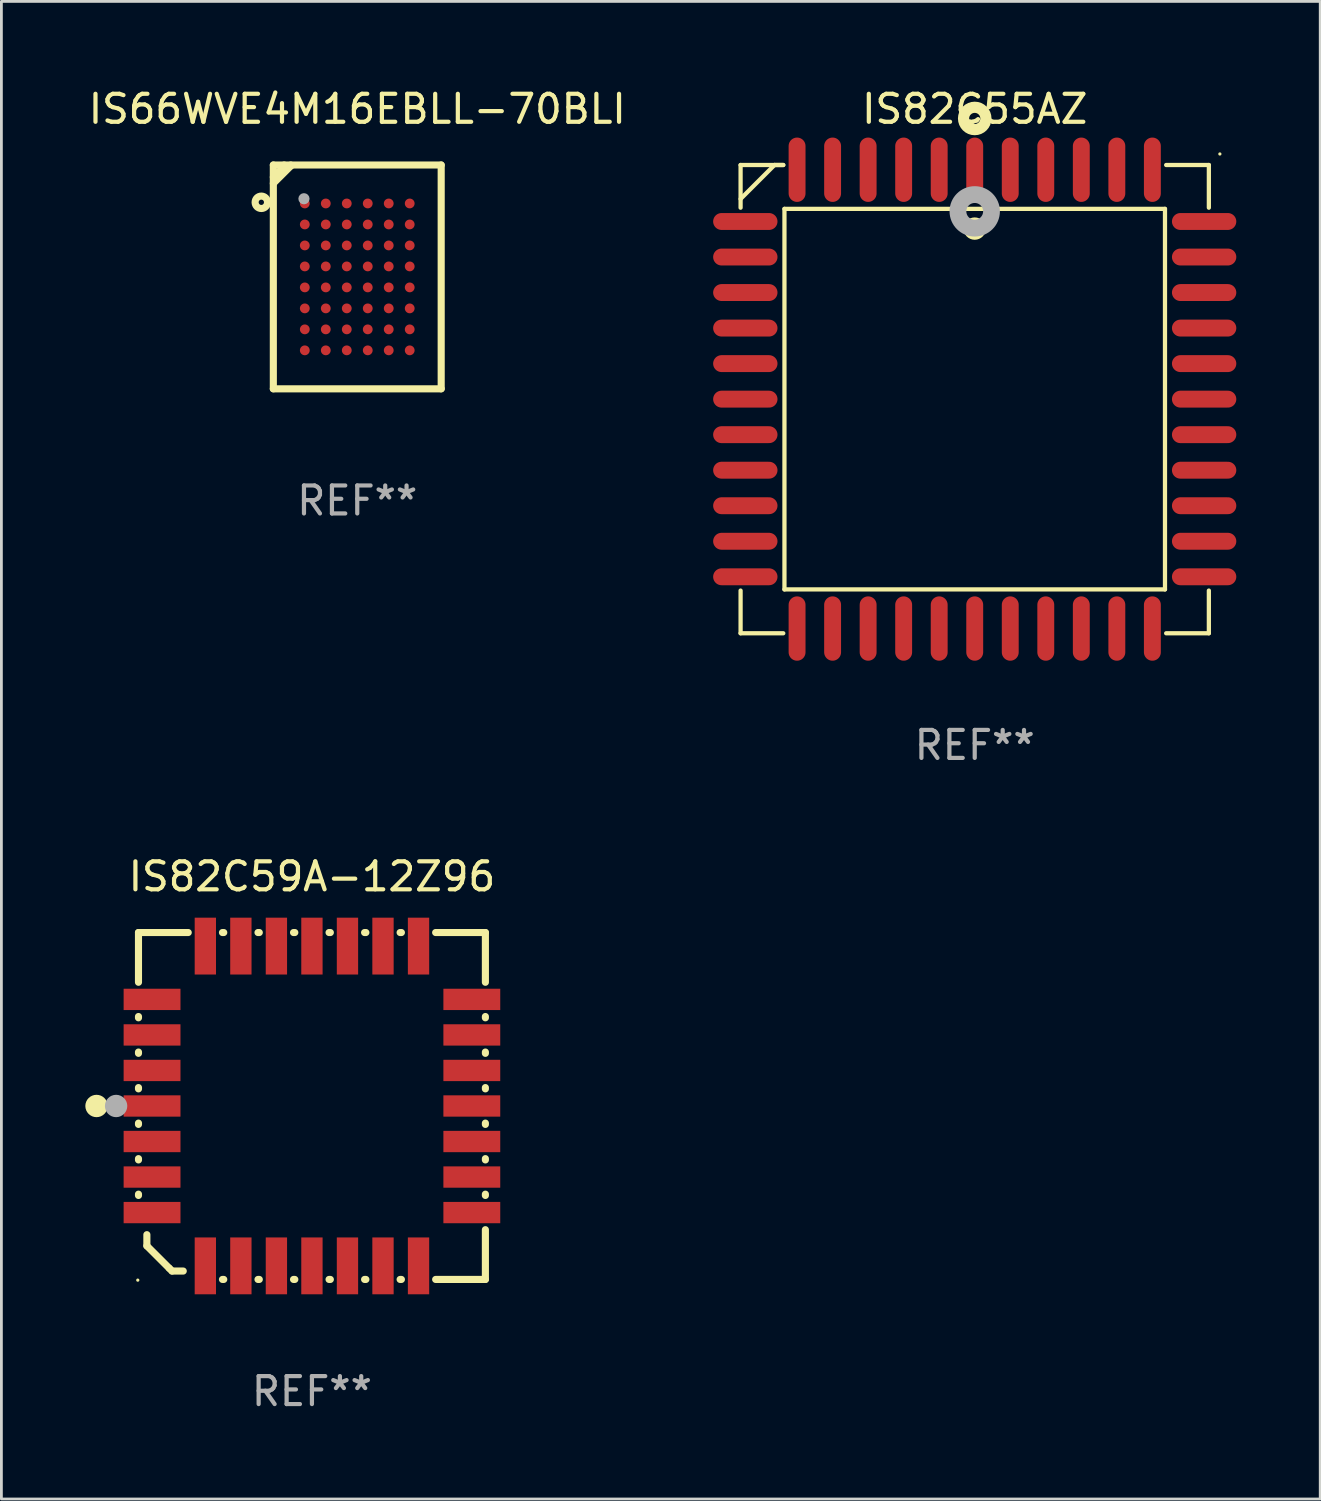
<source format=kicad_pcb>
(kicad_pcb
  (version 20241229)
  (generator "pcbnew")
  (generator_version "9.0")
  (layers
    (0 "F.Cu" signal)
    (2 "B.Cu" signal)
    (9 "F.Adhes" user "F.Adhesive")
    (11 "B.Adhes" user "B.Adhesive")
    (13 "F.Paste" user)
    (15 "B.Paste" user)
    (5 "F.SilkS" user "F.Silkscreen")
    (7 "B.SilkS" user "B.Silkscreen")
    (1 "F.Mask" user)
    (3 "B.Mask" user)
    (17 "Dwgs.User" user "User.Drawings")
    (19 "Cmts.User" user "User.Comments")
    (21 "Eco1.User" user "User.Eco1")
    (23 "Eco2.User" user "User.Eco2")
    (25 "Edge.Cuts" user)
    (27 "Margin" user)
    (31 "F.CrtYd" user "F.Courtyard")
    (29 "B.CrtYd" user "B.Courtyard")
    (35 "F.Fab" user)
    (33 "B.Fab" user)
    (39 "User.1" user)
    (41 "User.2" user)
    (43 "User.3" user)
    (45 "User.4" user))
  (footprint "IS82C59A-12Z96"
    (layer "F.Cu")
    (at 8.1 36.483)
    (property "Reference" "IS82C59A-12Z96" (at 0 -8.2 0) (layer "F.SilkS") (effects (font (size 1 1) (thickness 0.15))))
    (attr through_hole)
    (fp_line (start -6.2 -6.2) (end -4.422 -6.2) (stroke (width 0.254) (type solid)) (layer "F.SilkS"))
    (fp_line (start -6.2 -4.422) (end -6.2 -6.2) (stroke (width 0.254) (type solid)) (layer "F.SilkS"))
    (fp_line (start -6.2 -3.152) (end -6.2 -3.198) (stroke (width 0.254) (type solid)) (layer "F.SilkS"))
    (fp_line (start -6.2 -1.882) (end -6.2 -1.928) (stroke (width 0.254) (type solid)) (layer "F.SilkS"))
    (fp_line (start -6.2 -0.612) (end -6.2 -0.658) (stroke (width 0.254) (type solid)) (layer "F.SilkS"))
    (fp_line (start -6.2 0.658) (end -6.2 0.612) (stroke (width 0.254) (type solid)) (layer "F.SilkS"))
    (fp_line (start -6.2 1.928) (end -6.2 1.882) (stroke (width 0.254) (type solid)) (layer "F.SilkS"))
    (fp_line (start -6.2 3.198) (end -6.2 3.152) (stroke (width 0.254) (type solid)) (layer "F.SilkS"))
    (fp_line (start -5.9 4.6) (end -5.9 5) (stroke (width 0.254) (type solid)) (layer "F.SilkS"))
    (fp_line (start -5.9 5) (end -5.1 5.8) (stroke (width 0.254) (type solid)) (layer "F.SilkS"))
    (fp_line (start -5.1 5.8) (end -5 5.9) (stroke (width 0.254) (type solid)) (layer "F.SilkS"))
    (fp_line (start -5 5.9) (end -4.6 5.9) (stroke (width 0.254) (type solid)) (layer "F.SilkS"))
    (fp_line (start -3.198 -6.2) (end -3.152 -6.2) (stroke (width 0.254) (type solid)) (layer "F.SilkS"))
    (fp_line (start -3.152 6.2) (end -3.198 6.2) (stroke (width 0.254) (type solid)) (layer "F.SilkS"))
    (fp_line (start -1.928 -6.2) (end -1.882 -6.2) (stroke (width 0.254) (type solid)) (layer "F.SilkS"))
    (fp_line (start -1.882 6.2) (end -1.928 6.2) (stroke (width 0.254) (type solid)) (layer "F.SilkS"))
    (fp_line (start -0.658 -6.2) (end -0.612 -6.2) (stroke (width 0.254) (type solid)) (layer "F.SilkS"))
    (fp_line (start -0.612 6.2) (end -0.658 6.2) (stroke (width 0.254) (type solid)) (layer "F.SilkS"))
    (fp_line (start 0.612 -6.2) (end 0.658 -6.2) (stroke (width 0.254) (type solid)) (layer "F.SilkS"))
    (fp_line (start 0.658 6.2) (end 0.612 6.2) (stroke (width 0.254) (type solid)) (layer "F.SilkS"))
    (fp_line (start 1.882 -6.2) (end 1.928 -6.2) (stroke (width 0.254) (type solid)) (layer "F.SilkS"))
    (fp_line (start 1.928 6.2) (end 1.882 6.2) (stroke (width 0.254) (type solid)) (layer "F.SilkS"))
    (fp_line (start 3.152 -6.2) (end 3.198 -6.2) (stroke (width 0.254) (type solid)) (layer "F.SilkS"))
    (fp_line (start 3.198 6.2) (end 3.152 6.2) (stroke (width 0.254) (type solid)) (layer "F.SilkS"))
    (fp_line (start 4.422 -6.2) (end 6.2 -6.2) (stroke (width 0.254) (type solid)) (layer "F.SilkS"))
    (fp_line (start 6.2 -6.2) (end 6.2 -4.422) (stroke (width 0.254) (type solid)) (layer "F.SilkS"))
    (fp_line (start 6.2 -3.198) (end 6.2 -3.152) (stroke (width 0.254) (type solid)) (layer "F.SilkS"))
    (fp_line (start 6.2 -1.928) (end 6.2 -1.882) (stroke (width 0.254) (type solid)) (layer "F.SilkS"))
    (fp_line (start 6.2 -0.658) (end 6.2 -0.612) (stroke (width 0.254) (type solid)) (layer "F.SilkS"))
    (fp_line (start 6.2 0.612) (end 6.2 0.658) (stroke (width 0.254) (type solid)) (layer "F.SilkS"))
    (fp_line (start 6.2 1.882) (end 6.2 1.928) (stroke (width 0.254) (type solid)) (layer "F.SilkS"))
    (fp_line (start 6.2 3.152) (end 6.2 3.198) (stroke (width 0.254) (type solid)) (layer "F.SilkS"))
    (fp_line (start 6.2 4.422) (end 6.2 6.2) (stroke (width 0.254) (type solid)) (layer "F.SilkS"))
    (fp_line (start 6.2 6.2) (end 4.422 6.2) (stroke (width 0.254) (type solid)) (layer "F.SilkS"))
    (fp_circle (center -7.7 0) (end -7.5 0) (stroke (width 0.4) (type solid)) (fill no) (layer "F.SilkS"))
    (fp_circle (center -6.225 6.225) (end -6.195 6.225) (stroke (width 0.06) (type solid)) (fill no) (layer "F.SilkS"))
    (fp_circle (center -7 0) (end -6.8 0) (stroke (width 0.4) (type solid)) (fill no) (layer "F.Fab"))
    (fp_text user "REF**" (at 0 10.2 0) (layer "F.Fab") (effects (font (size 1 1) (thickness 0.15))))
    (pad "1" smd rect (at -5.715 0) (size 2.032 0.762) (layers "F.Cu" "F.Mask" "F.Paste"))
    (pad "2" smd rect (at -5.715 1.27) (size 2.032 0.762) (layers "F.Cu" "F.Mask" "F.Paste"))
    (pad "3" smd rect (at -5.715 2.54) (size 2.032 0.762) (layers "F.Cu" "F.Mask" "F.Paste"))
    (pad "4" smd rect (at -5.715 3.81) (size 2.032 0.762) (layers "F.Cu" "F.Mask" "F.Paste"))
    (pad "5" smd rect (at -3.81 5.715) (size 0.762 2.032) (layers "F.Cu" "F.Mask" "F.Paste"))
    (pad "6" smd rect (at -2.54 5.715) (size 0.762 2.032) (layers "F.Cu" "F.Mask" "F.Paste"))
    (pad "7" smd rect (at -1.27 5.715) (size 0.762 2.032) (layers "F.Cu" "F.Mask" "F.Paste"))
    (pad "8" smd rect (at 0 5.715) (size 0.762 2.032) (layers "F.Cu" "F.Mask" "F.Paste"))
    (pad "9" smd rect (at 1.27 5.715) (size 0.762 2.032) (layers "F.Cu" "F.Mask" "F.Paste"))
    (pad "10" smd rect (at 2.54 5.715) (size 0.762 2.032) (layers "F.Cu" "F.Mask" "F.Paste"))
    (pad "11" smd rect (at 3.81 5.715) (size 0.762 2.032) (layers "F.Cu" "F.Mask" "F.Paste"))
    (pad "12" smd rect (at 5.715 3.81) (size 2.032 0.762) (layers "F.Cu" "F.Mask" "F.Paste"))
    (pad "13" smd rect (at 5.715 2.54) (size 2.032 0.762) (layers "F.Cu" "F.Mask" "F.Paste"))
    (pad "14" smd rect (at 5.715 1.27) (size 2.032 0.762) (layers "F.Cu" "F.Mask" "F.Paste"))
    (pad "15" smd rect (at 5.715 0) (size 2.032 0.762) (layers "F.Cu" "F.Mask" "F.Paste"))
    (pad "16" smd rect (at 5.715 -1.27) (size 2.032 0.762) (layers "F.Cu" "F.Mask" "F.Paste"))
    (pad "17" smd rect (at 5.715 -2.54) (size 2.032 0.762) (layers "F.Cu" "F.Mask" "F.Paste"))
    (pad "18" smd rect (at 5.715 -3.81) (size 2.032 0.762) (layers "F.Cu" "F.Mask" "F.Paste"))
    (pad "19" smd rect (at 3.81 -5.715) (size 0.762 2.032) (layers "F.Cu" "F.Mask" "F.Paste"))
    (pad "20" smd rect (at 2.54 -5.715) (size 0.762 2.032) (layers "F.Cu" "F.Mask" "F.Paste"))
    (pad "21" smd rect (at 1.27 -5.715) (size 0.762 2.032) (layers "F.Cu" "F.Mask" "F.Paste"))
    (pad "22" smd rect (at 0 -5.715) (size 0.762 2.032) (layers "F.Cu" "F.Mask" "F.Paste"))
    (pad "23" smd rect (at -1.27 -5.715) (size 0.762 2.032) (layers "F.Cu" "F.Mask" "F.Paste"))
    (pad "24" smd rect (at -2.54 -5.715) (size 0.762 2.032) (layers "F.Cu" "F.Mask" "F.Paste"))
    (pad "25" smd rect (at -3.81 -5.715) (size 0.762 2.032) (layers "F.Cu" "F.Mask" "F.Paste"))
    (pad "26" smd rect (at -5.715 -3.81) (size 2.032 0.762) (layers "F.Cu" "F.Mask" "F.Paste"))
    (pad "27" smd rect (at -5.715 -2.54) (size 2.032 0.762) (layers "F.Cu" "F.Mask" "F.Paste"))
    (pad "28" smd rect (at -5.715 -1.27) (size 2.032 0.762) (layers "F.Cu" "F.Mask" "F.Paste")))
  (footprint "IS66WVE4M16EBLL-70BLI"
    (layer "F.Cu")
    (at 9.72 6.848)
    (property "Reference" "IS66WVE4M16EBLL-70BLI" (at 0 -6 0) (layer "F.SilkS") (effects (font (size 1 1) (thickness 0.15))))
    (attr through_hole)
    (fp_line (start -3 -4) (end -3 4) (stroke (width 0.254) (type solid)) (layer "F.SilkS"))
    (fp_line (start -3 -4) (end 3 -4) (stroke (width 0.254) (type solid)) (layer "F.SilkS"))
    (fp_line (start -3 4) (end 3 4) (stroke (width 0.254) (type solid)) (layer "F.SilkS"))
    (fp_line (start -2.614 -4) (end -2.614 -3.952) (stroke (width 0.254) (type solid)) (layer "F.SilkS"))
    (fp_line (start -2.614 -3.952) (end -3 -3.567) (stroke (width 0.254) (type solid)) (layer "F.SilkS"))
    (fp_line (start -2.377 -4) (end -2.377 -3.966) (stroke (width 0.254) (type solid)) (layer "F.SilkS"))
    (fp_line (start -2.377 -3.966) (end -3 -3.343) (stroke (width 0.254) (type solid)) (layer "F.SilkS"))
    (fp_line (start 3 -4) (end 3 4) (stroke (width 0.254) (type solid)) (layer "F.SilkS"))
    (fp_circle (center -3.429 -2.667) (end -3.334 -2.667) (stroke (width 0.254) (type solid)) (fill no) (layer "F.SilkS"))
    (fp_circle (center -3 -4) (end -2.97 -4) (stroke (width 0.06) (type solid)) (fill no) (layer "F.SilkS"))
    (fp_circle (center -1.905 -2.794) (end -1.805 -2.794) (stroke (width 0.2) (type solid)) (fill no) (layer "F.Fab"))
    (fp_text user "REF**" (at 0 8 0) (layer "F.Fab") (effects (font (size 1 1) (thickness 0.15))))
    (pad "A1" smd circle (at -1.875 -2.625) (size 0.35 0.35) (layers "F.Cu" "F.Mask" "F.Paste"))
    (pad "A2" smd circle (at -1.125 -2.625) (size 0.35 0.35) (layers "F.Cu" "F.Mask" "F.Paste"))
    (pad "A3" smd circle (at -0.375 -2.625) (size 0.35 0.35) (layers "F.Cu" "F.Mask" "F.Paste"))
    (pad "A4" smd circle (at 0.375 -2.625) (size 0.35 0.35) (layers "F.Cu" "F.Mask" "F.Paste"))
    (pad "A5" smd circle (at 1.125 -2.625) (size 0.35 0.35) (layers "F.Cu" "F.Mask" "F.Paste"))
    (pad "A6" smd circle (at 1.875 -2.625) (size 0.35 0.35) (layers "F.Cu" "F.Mask" "F.Paste"))
    (pad "B1" smd circle (at -1.875 -1.875) (size 0.35 0.35) (layers "F.Cu" "F.Mask" "F.Paste"))
    (pad "B2" smd circle (at -1.125 -1.875) (size 0.35 0.35) (layers "F.Cu" "F.Mask" "F.Paste"))
    (pad "B3" smd circle (at -0.375 -1.875) (size 0.35 0.35) (layers "F.Cu" "F.Mask" "F.Paste"))
    (pad "B4" smd circle (at 0.375 -1.875) (size 0.35 0.35) (layers "F.Cu" "F.Mask" "F.Paste"))
    (pad "B5" smd circle (at 1.125 -1.875) (size 0.35 0.35) (layers "F.Cu" "F.Mask" "F.Paste"))
    (pad "B6" smd circle (at 1.875 -1.875) (size 0.35 0.35) (layers "F.Cu" "F.Mask" "F.Paste"))
    (pad "C1" smd circle (at -1.875 -1.125) (size 0.35 0.35) (layers "F.Cu" "F.Mask" "F.Paste"))
    (pad "C2" smd circle (at -1.125 -1.125) (size 0.35 0.35) (layers "F.Cu" "F.Mask" "F.Paste"))
    (pad "C3" smd circle (at -0.375 -1.125) (size 0.35 0.35) (layers "F.Cu" "F.Mask" "F.Paste"))
    (pad "C4" smd circle (at 0.375 -1.125) (size 0.35 0.35) (layers "F.Cu" "F.Mask" "F.Paste"))
    (pad "C5" smd circle (at 1.125 -1.125) (size 0.35 0.35) (layers "F.Cu" "F.Mask" "F.Paste"))
    (pad "C6" smd circle (at 1.875 -1.125) (size 0.35 0.35) (layers "F.Cu" "F.Mask" "F.Paste"))
    (pad "D1" smd circle (at -1.875 -0.375) (size 0.35 0.35) (layers "F.Cu" "F.Mask" "F.Paste"))
    (pad "D2" smd circle (at -1.125 -0.375) (size 0.35 0.35) (layers "F.Cu" "F.Mask" "F.Paste"))
    (pad "D3" smd circle (at -0.375 -0.375) (size 0.35 0.35) (layers "F.Cu" "F.Mask" "F.Paste"))
    (pad "D4" smd circle (at 0.375 -0.375) (size 0.35 0.35) (layers "F.Cu" "F.Mask" "F.Paste"))
    (pad "D5" smd circle (at 1.125 -0.375) (size 0.35 0.35) (layers "F.Cu" "F.Mask" "F.Paste"))
    (pad "D6" smd circle (at 1.875 -0.375) (size 0.35 0.35) (layers "F.Cu" "F.Mask" "F.Paste"))
    (pad "E1" smd circle (at -1.875 0.375) (size 0.35 0.35) (layers "F.Cu" "F.Mask" "F.Paste"))
    (pad "E2" smd circle (at -1.125 0.375) (size 0.35 0.35) (layers "F.Cu" "F.Mask" "F.Paste"))
    (pad "E3" smd circle (at -0.375 0.375) (size 0.35 0.35) (layers "F.Cu" "F.Mask" "F.Paste"))
    (pad "E4" smd circle (at 0.375 0.375) (size 0.35 0.35) (layers "F.Cu" "F.Mask" "F.Paste"))
    (pad "E5" smd circle (at 1.125 0.375) (size 0.35 0.35) (layers "F.Cu" "F.Mask" "F.Paste"))
    (pad "E6" smd circle (at 1.875 0.375) (size 0.35 0.35) (layers "F.Cu" "F.Mask" "F.Paste"))
    (pad "F1" smd circle (at -1.875 1.125) (size 0.35 0.35) (layers "F.Cu" "F.Mask" "F.Paste"))
    (pad "F2" smd circle (at -1.125 1.125) (size 0.35 0.35) (layers "F.Cu" "F.Mask" "F.Paste"))
    (pad "F3" smd circle (at -0.375 1.125) (size 0.35 0.35) (layers "F.Cu" "F.Mask" "F.Paste"))
    (pad "F4" smd circle (at 0.375 1.125) (size 0.35 0.35) (layers "F.Cu" "F.Mask" "F.Paste"))
    (pad "F5" smd circle (at 1.125 1.125) (size 0.35 0.35) (layers "F.Cu" "F.Mask" "F.Paste"))
    (pad "F6" smd circle (at 1.875 1.125) (size 0.35 0.35) (layers "F.Cu" "F.Mask" "F.Paste"))
    (pad "G1" smd circle (at -1.875 1.875) (size 0.35 0.35) (layers "F.Cu" "F.Mask" "F.Paste"))
    (pad "G2" smd circle (at -1.125 1.875) (size 0.35 0.35) (layers "F.Cu" "F.Mask" "F.Paste"))
    (pad "G3" smd circle (at -0.375 1.875) (size 0.35 0.35) (layers "F.Cu" "F.Mask" "F.Paste"))
    (pad "G4" smd circle (at 0.375 1.875) (size 0.35 0.35) (layers "F.Cu" "F.Mask" "F.Paste"))
    (pad "G5" smd circle (at 1.125 1.875) (size 0.35 0.35) (layers "F.Cu" "F.Mask" "F.Paste"))
    (pad "G6" smd circle (at 1.875 1.875) (size 0.35 0.35) (layers "F.Cu" "F.Mask" "F.Paste"))
    (pad "H1" smd circle (at -1.875 2.625) (size 0.35 0.35) (layers "F.Cu" "F.Mask" "F.Paste"))
    (pad "H2" smd circle (at -1.125 2.625) (size 0.35 0.35) (layers "F.Cu" "F.Mask" "F.Paste"))
    (pad "H3" smd circle (at -0.375 2.625) (size 0.35 0.35) (layers "F.Cu" "F.Mask" "F.Paste"))
    (pad "H4" smd circle (at 0.375 2.625) (size 0.35 0.35) (layers "F.Cu" "F.Mask" "F.Paste"))
    (pad "H5" smd circle (at 1.125 2.625) (size 0.35 0.35) (layers "F.Cu" "F.Mask" "F.Paste"))
    (pad "H6" smd circle (at 1.875 2.625) (size 0.35 0.35) (layers "F.Cu" "F.Mask" "F.Paste")))
  (footprint "IS82C55AZ"
    (layer "F.Cu")
    (at 31.791 11.217)
    (property "Reference" "IS82C55AZ" (at 0 -10.369 0) (layer "F.SilkS") (effects (font (size 1 1) (thickness 0.15))))
    (attr through_hole)
    (fp_line (start -8.369 -8.369) (end -8.369 -6.843) (stroke (width 0.152) (type solid)) (layer "F.SilkS"))
    (fp_line (start -8.369 8.369) (end -8.369 6.843) (stroke (width 0.152) (type solid)) (layer "F.SilkS"))
    (fp_line (start -7.156 -8.369) (end -8.369 -7.156) (stroke (width 0.152) (type solid)) (layer "F.SilkS"))
    (fp_line (start -6.843 -8.369) (end -8.369 -8.369) (stroke (width 0.152) (type solid)) (layer "F.SilkS"))
    (fp_line (start -6.843 -8.369) (end -7.156 -8.369) (stroke (width 0.152) (type solid)) (layer "F.SilkS"))
    (fp_line (start -6.843 8.369) (end -8.369 8.369) (stroke (width 0.152) (type solid)) (layer "F.SilkS"))
    (fp_line (start -6.801 -6.801) (end 6.801 -6.801) (stroke (width 0.152) (type solid)) (layer "F.SilkS"))
    (fp_line (start -6.801 6.801) (end -6.801 -6.801) (stroke (width 0.152) (type solid)) (layer "F.SilkS"))
    (fp_line (start 6.801 -6.801) (end 6.801 6.801) (stroke (width 0.152) (type solid)) (layer "F.SilkS"))
    (fp_line (start 6.801 6.801) (end -6.801 6.801) (stroke (width 0.152) (type solid)) (layer "F.SilkS"))
    (fp_line (start 6.843 -8.369) (end 8.369 -8.369) (stroke (width 0.152) (type solid)) (layer "F.SilkS"))
    (fp_line (start 6.843 8.369) (end 8.369 8.369) (stroke (width 0.152) (type solid)) (layer "F.SilkS"))
    (fp_line (start 8.369 -8.369) (end 8.369 -6.843) (stroke (width 0.152) (type solid)) (layer "F.SilkS"))
    (fp_line (start 8.369 8.369) (end 8.369 6.843) (stroke (width 0.152) (type solid)) (layer "F.SilkS"))
    (fp_circle (center -0.000013 -6.096) (end 0.2 -6.096) (stroke (width 0.4) (type solid)) (fill no) (layer "F.SilkS"))
    (fp_circle (center 0.000114 -10.033) (end 0.2 -10.033) (stroke (width 0.4) (type solid)) (fill no) (layer "F.SilkS"))
    (fp_circle (center 8.763 -8.763) (end 8.793 -8.763) (stroke (width 0.06) (type solid)) (fill no) (layer "F.SilkS"))
    (fp_circle (center 0.000114 -6.712) (end 0.3 -6.712) (stroke (width 0.6) (type solid)) (fill no) (layer "F.Fab"))
    (fp_text user "REF**" (at 0 12.369 0) (layer "F.Fab") (effects (font (size 1 1) (thickness 0.15))))
    (pad "1" smd oval (at 0.000114 -8.2) (size 0.604 2.3) (layers "F.Cu" "F.Mask" "F.Paste"))
    (pad "2" smd oval (at -1.27 -8.2) (size 0.604 2.3) (layers "F.Cu" "F.Mask" "F.Paste"))
    (pad "3" smd oval (at -2.54 -8.2) (size 0.604 2.3) (layers "F.Cu" "F.Mask" "F.Paste"))
    (pad "4" smd oval (at -3.81 -8.2) (size 0.604 2.3) (layers "F.Cu" "F.Mask" "F.Paste"))
    (pad "5" smd oval (at -5.08 -8.2) (size 0.604 2.3) (layers "F.Cu" "F.Mask" "F.Paste"))
    (pad "6" smd oval (at -6.35 -8.2) (size 0.604 2.3) (layers "F.Cu" "F.Mask" "F.Paste"))
    (pad "7" smd oval (at -8.2 -6.35) (size 2.3 0.604) (layers "F.Cu" "F.Mask" "F.Paste"))
    (pad "8" smd oval (at -8.2 -5.08) (size 2.3 0.604) (layers "F.Cu" "F.Mask" "F.Paste"))
    (pad "9" smd oval (at -8.2 -3.81) (size 2.3 0.604) (layers "F.Cu" "F.Mask" "F.Paste"))
    (pad "10" smd oval (at -8.2 -2.54) (size 2.3 0.604) (layers "F.Cu" "F.Mask" "F.Paste"))
    (pad "11" smd oval (at -8.2 -1.27) (size 2.3 0.604) (layers "F.Cu" "F.Mask" "F.Paste"))
    (pad "12" smd oval (at -8.2 0.000127) (size 2.3 0.604) (layers "F.Cu" "F.Mask" "F.Paste"))
    (pad "13" smd oval (at -8.2 1.27) (size 2.3 0.604) (layers "F.Cu" "F.Mask" "F.Paste"))
    (pad "14" smd oval (at -8.2 2.54) (size 2.3 0.604) (layers "F.Cu" "F.Mask" "F.Paste"))
    (pad "15" smd oval (at -8.2 3.81) (size 2.3 0.604) (layers "F.Cu" "F.Mask" "F.Paste"))
    (pad "16" smd oval (at -8.2 5.08) (size 2.3 0.604) (layers "F.Cu" "F.Mask" "F.Paste"))
    (pad "17" smd oval (at -8.2 6.35) (size 2.3 0.604) (layers "F.Cu" "F.Mask" "F.Paste"))
    (pad "18" smd oval (at -6.35 8.2) (size 0.604 2.3) (layers "F.Cu" "F.Mask" "F.Paste"))
    (pad "19" smd oval (at -5.08 8.2) (size 0.604 2.3) (layers "F.Cu" "F.Mask" "F.Paste"))
    (pad "20" smd oval (at -3.81 8.2) (size 0.604 2.3) (layers "F.Cu" "F.Mask" "F.Paste"))
    (pad "21" smd oval (at -2.54 8.2) (size 0.604 2.3) (layers "F.Cu" "F.Mask" "F.Paste"))
    (pad "22" smd oval (at -1.27 8.2) (size 0.604 2.3) (layers "F.Cu" "F.Mask" "F.Paste"))
    (pad "23" smd oval (at 0.000114 8.2) (size 0.604 2.3) (layers "F.Cu" "F.Mask" "F.Paste"))
    (pad "24" smd oval (at 1.27 8.2) (size 0.604 2.3) (layers "F.Cu" "F.Mask" "F.Paste"))
    (pad "25" smd oval (at 2.54 8.2) (size 0.604 2.3) (layers "F.Cu" "F.Mask" "F.Paste"))
    (pad "26" smd oval (at 3.81 8.2) (size 0.604 2.3) (layers "F.Cu" "F.Mask" "F.Paste"))
    (pad "27" smd oval (at 5.08 8.2) (size 0.604 2.3) (layers "F.Cu" "F.Mask" "F.Paste"))
    (pad "28" smd oval (at 6.35 8.2) (size 0.604 2.3) (layers "F.Cu" "F.Mask" "F.Paste"))
    (pad "29" smd oval (at 8.2 6.35) (size 2.3 0.604) (layers "F.Cu" "F.Mask" "F.Paste"))
    (pad "30" smd oval (at 8.2 5.08) (size 2.3 0.604) (layers "F.Cu" "F.Mask" "F.Paste"))
    (pad "31" smd oval (at 8.2 3.81) (size 2.3 0.604) (layers "F.Cu" "F.Mask" "F.Paste"))
    (pad "32" smd oval (at 8.2 2.54) (size 2.3 0.604) (layers "F.Cu" "F.Mask" "F.Paste"))
    (pad "33" smd oval (at 8.2 1.27) (size 2.3 0.604) (layers "F.Cu" "F.Mask" "F.Paste"))
    (pad "34" smd oval (at 8.2 0.000127) (size 2.3 0.604) (layers "F.Cu" "F.Mask" "F.Paste"))
    (pad "35" smd oval (at 8.2 -1.27) (size 2.3 0.604) (layers "F.Cu" "F.Mask" "F.Paste"))
    (pad "36" smd oval (at 8.2 -2.54) (size 2.3 0.604) (layers "F.Cu" "F.Mask" "F.Paste"))
    (pad "37" smd oval (at 8.2 -3.81) (size 2.3 0.604) (layers "F.Cu" "F.Mask" "F.Paste"))
    (pad "38" smd oval (at 8.2 -5.08) (size 2.3 0.604) (layers "F.Cu" "F.Mask" "F.Paste"))
    (pad "39" smd oval (at 8.2 -6.35) (size 2.3 0.604) (layers "F.Cu" "F.Mask" "F.Paste"))
    (pad "40" smd oval (at 6.35 -8.2) (size 0.604 2.3) (layers "F.Cu" "F.Mask" "F.Paste"))
    (pad "41" smd oval (at 5.08 -8.2) (size 0.604 2.3) (layers "F.Cu" "F.Mask" "F.Paste"))
    (pad "42" smd oval (at 3.81 -8.2) (size 0.604 2.3) (layers "F.Cu" "F.Mask" "F.Paste"))
    (pad "43" smd oval (at 2.54 -8.2) (size 0.604 2.3) (layers "F.Cu" "F.Mask" "F.Paste"))
    (pad "44" smd oval (at 1.27 -8.2) (size 0.604 2.3) (layers "F.Cu" "F.Mask" "F.Paste")))
  (gr_rect
    (start -3 -3)
    (end 44.141 50.531)
    (stroke (width 0.1) (type default))
    (fill no)
    (layer "Edge.Cuts")))
</source>
